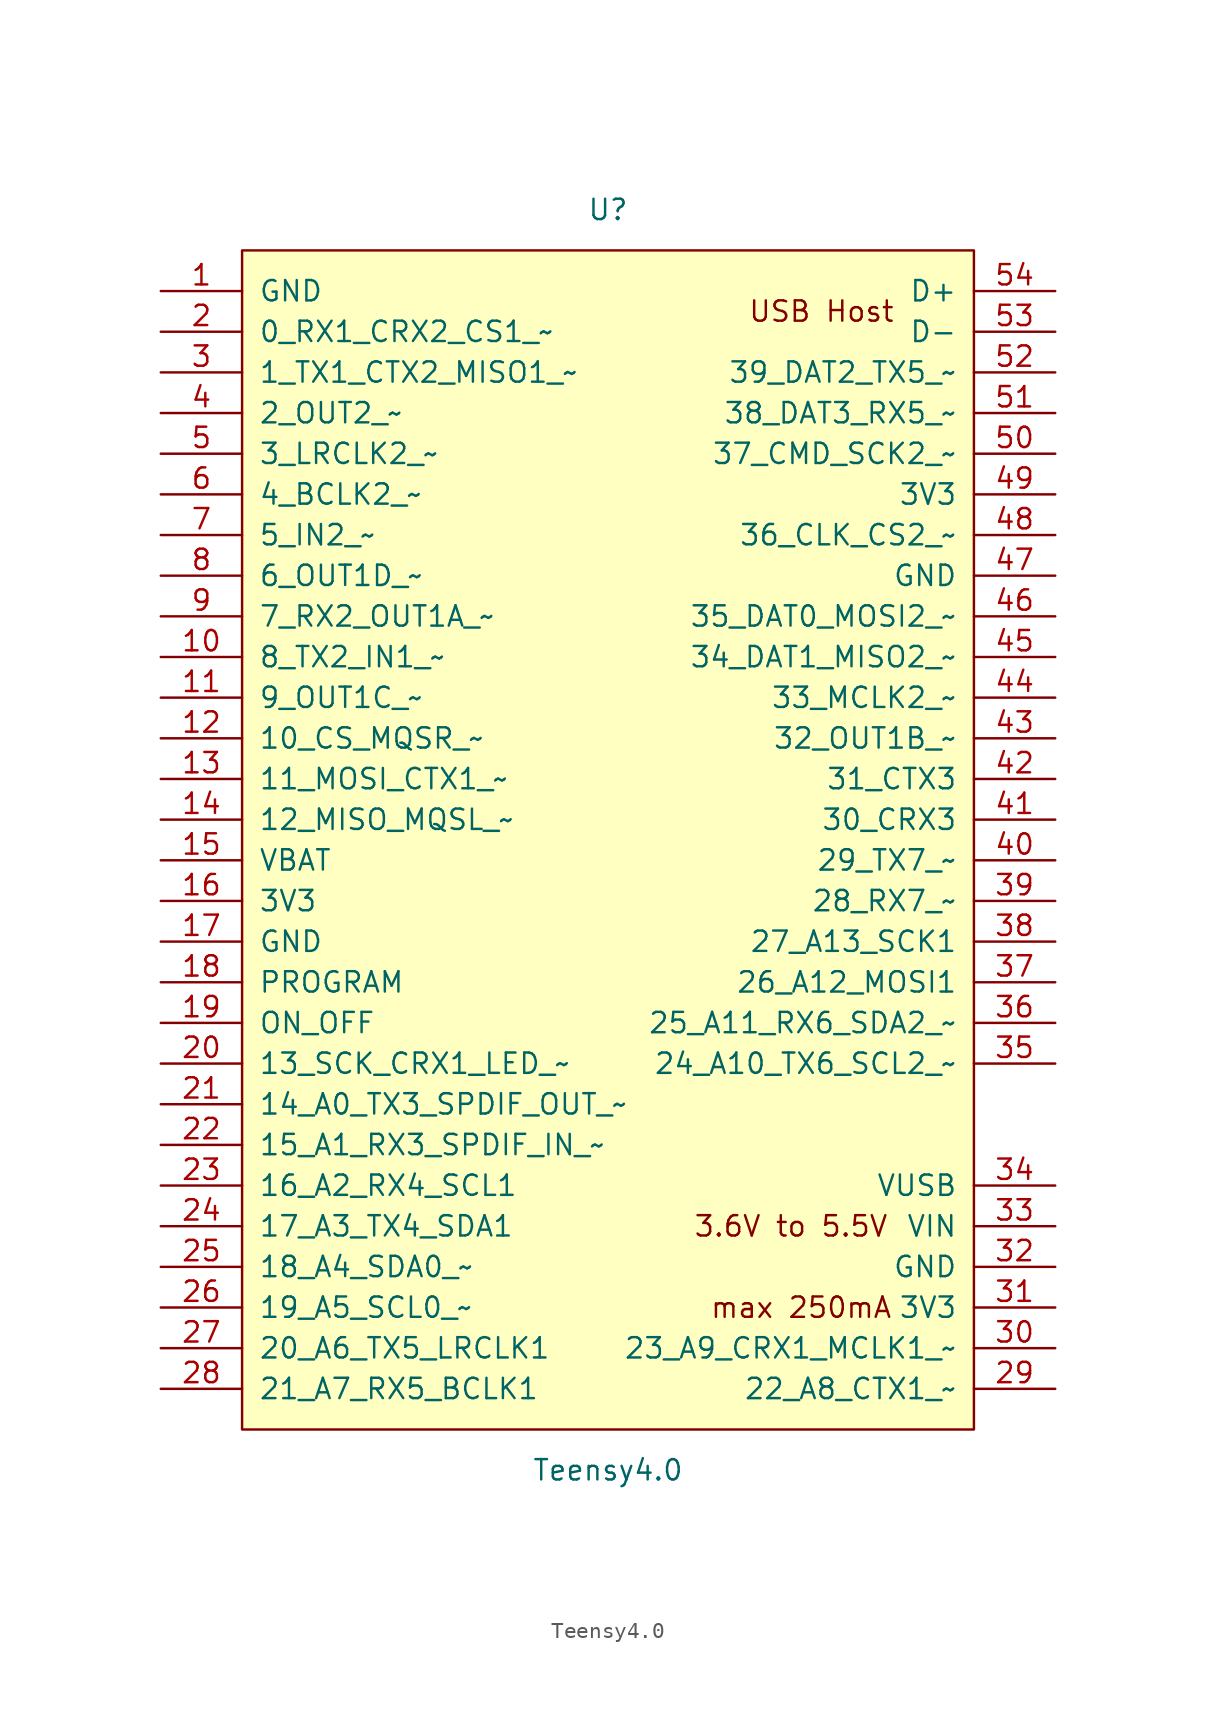
<source format=kicad_sym>
(kicad_symbol_lib
  (version 20220914)
  (generator kicad_symbol_editor)
  (symbol "Teensy4.0"
    (pin_names
      (offset 1.016))
    (property "Reference" "U"
      (at 0 39.37 0)
      (effects (font (size 1.27 1.27))))
    (property "Value" "Teensy4.0"
      (at 0 -39.37 0)
      (effects (font (size 1.27 1.27))))
    (symbol "Teensy4.0_0_0"
      (text "3.6V to 5.5V" (at 11.43 -24.13 0) (effects (font (size 1.27 1.27))))
      (text "max 250mA" (at 12.065 -29.21 0) (effects (font (size 1.27 1.27))))
      (pin power_in line (at -27.94 -1.27 0) (length 5.08) (name "VBAT" (effects (font (size 1.27 1.27)))) (number "15" (effects (font (size 1.27 1.27)))))
      (pin power_in line (at -27.94 -3.81 0) (length 5.08) (name "3V3" (effects (font (size 1.27 1.27)))) (number "16" (effects (font (size 1.27 1.27)))))
      (pin power_in line (at -27.94 -6.35 0) (length 5.08) (name "GND" (effects (font (size 1.27 1.27)))) (number "17" (effects (font (size 1.27 1.27)))))
      (pin input line (at -27.94 -8.89 0) (length 5.08) (name "PROGRAM" (effects (font (size 1.27 1.27)))) (number "18" (effects (font (size 1.27 1.27)))))
      (pin input line (at -27.94 -11.43 0) (length 5.08) (name "ON_OFF" (effects (font (size 1.27 1.27)))) (number "19" (effects (font (size 1.27 1.27)))))
      (pin bidirectional line (at -27.94 -21.59 0) (length 5.08) (name "16_A2_RX4_SCL1" (effects (font (size 1.27 1.27)))) (number "23" (effects (font (size 1.27 1.27)))))
      (pin bidirectional line (at -27.94 -24.13 0) (length 5.08) (name "17_A3_TX4_SDA1" (effects (font (size 1.27 1.27)))) (number "24" (effects (font (size 1.27 1.27)))))
      (pin bidirectional line (at -27.94 -31.75 0) (length 5.08) (name "20_A6_TX5_LRCLK1" (effects (font (size 1.27 1.27)))) (number "27" (effects (font (size 1.27 1.27)))))
      (pin bidirectional line (at -27.94 -34.29 0) (length 5.08) (name "21_A7_RX5_BCLK1" (effects (font (size 1.27 1.27)))) (number "28" (effects (font (size 1.27 1.27)))))
      (pin power_out line (at 27.94 -29.21 180) (length 5.08) (name "3V3" (effects (font (size 1.27 1.27)))) (number "31" (effects (font (size 1.27 1.27)))))
      (pin power_in line (at 27.94 -26.67 180) (length 5.08) (name "GND" (effects (font (size 1.27 1.27)))) (number "32" (effects (font (size 1.27 1.27)))))
      (pin power_in line (at 27.94 -24.13 180) (length 5.08) (name "VIN" (effects (font (size 1.27 1.27)))) (number "33" (effects (font (size 1.27 1.27)))))
      (pin bidirectional line (at 27.94 -6.35 180) (length 5.08) (name "27_A13_SCK1" (effects (font (size 1.27 1.27)))) (number "38" (effects (font (size 1.27 1.27)))))
      (pin bidirectional line (at 27.94 1.27 180) (length 5.08) (name "30_CRX3" (effects (font (size 1.27 1.27)))) (number "41" (effects (font (size 1.27 1.27)))))
      (pin bidirectional line (at 27.94 3.81 180) (length 5.08) (name "31_CTX3" (effects (font (size 1.27 1.27)))) (number "42" (effects (font (size 1.27 1.27)))))
      (pin power_out line (at 27.94 16.51 180) (length 5.08) (name "GND" (effects (font (size 1.27 1.27)))) (number "47" (effects (font (size 1.27 1.27)))))
      (pin power_out line (at 27.94 21.59 180) (length 5.08) (name "3V3" (effects (font (size 1.27 1.27)))) (number "49" (effects (font (size 1.27 1.27)))))
      (pin bidirectional line (at 27.94 31.75 180) (length 5.08) (name "D-" (effects (font (size 1.27 1.27)))) (number "53" (effects (font (size 1.27 1.27)))))
      (pin bidirectional line (at 27.94 34.29 180) (length 5.08) (name "D+" (effects (font (size 1.27 1.27)))) (number "54" (effects (font (size 1.27 1.27))))))
    (symbol "Teensy4.0_0_1"
      (rectangle (start -20.32 -31.75) (end -20.32 -31.75) (stroke (width 0) (type solid)) (fill (type none))))
    (symbol "Teensy4.0_1_0"
      (text "USB Host" (at 13.335 33.02 0) (effects (font (size 1.27 1.27))))
      (pin bidirectional line (at -27.94 11.43 0) (length 5.08) (name "8_TX2_IN1_~" (effects (font (size 1.27 1.27)))) (number "10" (effects (font (size 1.27 1.27)))))
      (pin bidirectional line (at -27.94 8.89 0) (length 5.08) (name "9_OUT1C_~" (effects (font (size 1.27 1.27)))) (number "11" (effects (font (size 1.27 1.27)))))
      (pin bidirectional line (at -27.94 6.35 0) (length 5.08) (name "10_CS_MQSR_~" (effects (font (size 1.27 1.27)))) (number "12" (effects (font (size 1.27 1.27)))))
      (pin bidirectional line (at -27.94 3.81 0) (length 5.08) (name "11_MOSI_CTX1_~" (effects (font (size 1.27 1.27)))) (number "13" (effects (font (size 1.27 1.27)))))
      (pin bidirectional line (at -27.94 1.27 0) (length 5.08) (name "12_MISO_MQSL_~" (effects (font (size 1.27 1.27)))) (number "14" (effects (font (size 1.27 1.27)))))
      (pin bidirectional line (at -27.94 -13.97 0) (length 5.08) (name "13_SCK_CRX1_LED_~" (effects (font (size 1.27 1.27)))) (number "20" (effects (font (size 1.27 1.27)))))
      (pin bidirectional line (at -27.94 -16.51 0) (length 5.08) (name "14_A0_TX3_SPDIF_OUT_~" (effects (font (size 1.27 1.27)))) (number "21" (effects (font (size 1.27 1.27)))))
      (pin bidirectional line (at -27.94 -19.05 0) (length 5.08) (name "15_A1_RX3_SPDIF_IN_~" (effects (font (size 1.27 1.27)))) (number "22" (effects (font (size 1.27 1.27)))))
      (pin bidirectional line (at -27.94 -26.67 0) (length 5.08) (name "18_A4_SDA0_~" (effects (font (size 1.27 1.27)))) (number "25" (effects (font (size 1.27 1.27)))))
      (pin bidirectional line (at -27.94 -29.21 0) (length 5.08) (name "19_A5_SCL0_~" (effects (font (size 1.27 1.27)))) (number "26" (effects (font (size 1.27 1.27)))))
      (pin bidirectional line (at 27.94 -34.29 180) (length 5.08) (name "22_A8_CTX1_~" (effects (font (size 1.27 1.27)))) (number "29" (effects (font (size 1.27 1.27)))))
      (pin bidirectional line (at 27.94 -31.75 180) (length 5.08) (name "23_A9_CRX1_MCLK1_~" (effects (font (size 1.27 1.27)))) (number "30" (effects (font (size 1.27 1.27)))))
      (pin power_in line (at 27.94 -21.59 180) (length 5.08) (name "VUSB" (effects (font (size 1.27 1.27)))) (number "34" (effects (font (size 1.27 1.27)))))
      (pin bidirectional line (at 27.94 -13.97 180) (length 5.08) (name "24_A10_TX6_SCL2_~" (effects (font (size 1.27 1.27)))) (number "35" (effects (font (size 1.27 1.27)))))
      (pin bidirectional line (at 27.94 -11.43 180) (length 5.08) (name "25_A11_RX6_SDA2_~" (effects (font (size 1.27 1.27)))) (number "36" (effects (font (size 1.27 1.27)))))
      (pin bidirectional line (at 27.94 -8.89 180) (length 5.08) (name "26_A12_MOSI1" (effects (font (size 1.27 1.27)))) (number "37" (effects (font (size 1.27 1.27)))))
      (pin bidirectional line (at 27.94 -3.81 180) (length 5.08) (name "28_RX7_~" (effects (font (size 1.27 1.27)))) (number "39" (effects (font (size 1.27 1.27)))))
      (pin bidirectional line (at 27.94 -1.27 180) (length 5.08) (name "29_TX7_~" (effects (font (size 1.27 1.27)))) (number "40" (effects (font (size 1.27 1.27)))))
      (pin bidirectional line (at 27.94 6.35 180) (length 5.08) (name "32_OUT1B_~" (effects (font (size 1.27 1.27)))) (number "43" (effects (font (size 1.27 1.27)))))
      (pin bidirectional line (at 27.94 8.89 180) (length 5.08) (name "33_MCLK2_~" (effects (font (size 1.27 1.27)))) (number "44" (effects (font (size 1.27 1.27)))))
      (pin bidirectional line (at 27.94 11.43 180) (length 5.08) (name "34_DAT1_MISO2_~" (effects (font (size 1.27 1.27)))) (number "45" (effects (font (size 1.27 1.27)))))
      (pin bidirectional line (at 27.94 13.97 180) (length 5.08) (name "35_DAT0_MOSI2_~" (effects (font (size 1.27 1.27)))) (number "46" (effects (font (size 1.27 1.27)))))
      (pin bidirectional line (at 27.94 19.05 180) (length 5.08) (name "36_CLK_CS2_~" (effects (font (size 1.27 1.27)))) (number "48" (effects (font (size 1.27 1.27)))))
      (pin bidirectional line (at -27.94 24.13 0) (length 5.08) (name "3_LRCLK2_~" (effects (font (size 1.27 1.27)))) (number "5" (effects (font (size 1.27 1.27)))))
      (pin bidirectional line (at 27.94 24.13 180) (length 5.08) (name "37_CMD_SCK2_~" (effects (font (size 1.27 1.27)))) (number "50" (effects (font (size 1.27 1.27)))))
      (pin bidirectional line (at 27.94 26.67 180) (length 5.08) (name "38_DAT3_RX5_~" (effects (font (size 1.27 1.27)))) (number "51" (effects (font (size 1.27 1.27)))))
      (pin bidirectional line (at 27.94 29.21 180) (length 5.08) (name "39_DAT2_TX5_~" (effects (font (size 1.27 1.27)))) (number "52" (effects (font (size 1.27 1.27)))))
      (pin bidirectional line (at -27.94 21.59 0) (length 5.08) (name "4_BCLK2_~" (effects (font (size 1.27 1.27)))) (number "6" (effects (font (size 1.27 1.27)))))
      (pin bidirectional line (at -27.94 19.05 0) (length 5.08) (name "5_IN2_~" (effects (font (size 1.27 1.27)))) (number "7" (effects (font (size 1.27 1.27)))))
      (pin bidirectional line (at -27.94 16.51 0) (length 5.08) (name "6_OUT1D_~" (effects (font (size 1.27 1.27)))) (number "8" (effects (font (size 1.27 1.27)))))
      (pin bidirectional line (at -27.94 13.97 0) (length 5.08) (name "7_RX2_OUT1A_~" (effects (font (size 1.27 1.27)))) (number "9" (effects (font (size 1.27 1.27))))))
    (symbol "Teensy4.0_1_1"
      (rectangle (start -22.86 36.83) (end 22.86 -36.83) (stroke (width 0) (type solid)) (fill (type background)))
      (pin power_in line (at -27.94 34.29 0) (length 5.08) (name "GND" (effects (font (size 1.27 1.27)))) (number "1" (effects (font (size 1.27 1.27)))))
      (pin bidirectional line (at -27.94 31.75 0) (length 5.08) (name "0_RX1_CRX2_CS1_~" (effects (font (size 1.27 1.27)))) (number "2" (effects (font (size 1.27 1.27)))))
      (pin bidirectional line (at -27.94 29.21 0) (length 5.08) (name "1_TX1_CTX2_MISO1_~" (effects (font (size 1.27 1.27)))) (number "3" (effects (font (size 1.27 1.27)))))
      (pin bidirectional line (at -27.94 26.67 0) (length 5.08) (name "2_OUT2_~" (effects (font (size 1.27 1.27)))) (number "4" (effects (font (size 1.27 1.27))))))))
</source>
